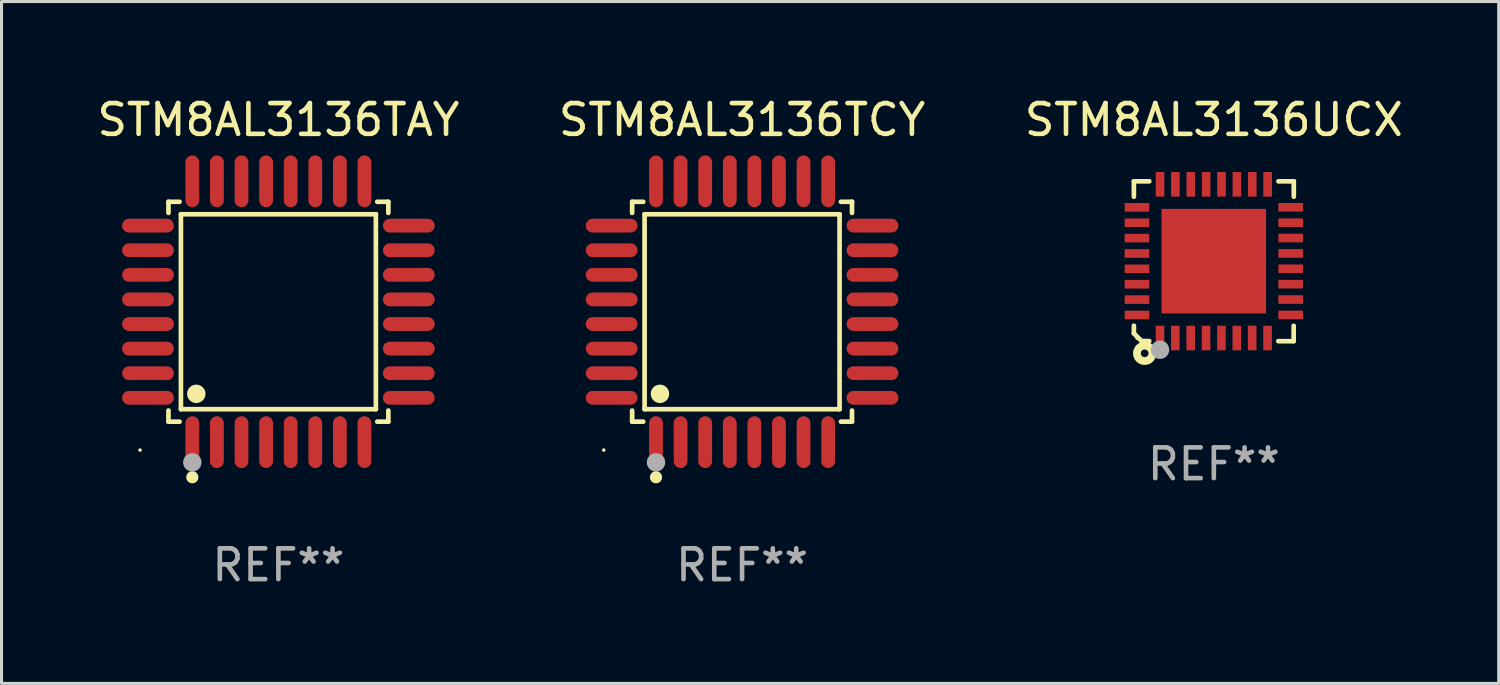
<source format=kicad_pcb>
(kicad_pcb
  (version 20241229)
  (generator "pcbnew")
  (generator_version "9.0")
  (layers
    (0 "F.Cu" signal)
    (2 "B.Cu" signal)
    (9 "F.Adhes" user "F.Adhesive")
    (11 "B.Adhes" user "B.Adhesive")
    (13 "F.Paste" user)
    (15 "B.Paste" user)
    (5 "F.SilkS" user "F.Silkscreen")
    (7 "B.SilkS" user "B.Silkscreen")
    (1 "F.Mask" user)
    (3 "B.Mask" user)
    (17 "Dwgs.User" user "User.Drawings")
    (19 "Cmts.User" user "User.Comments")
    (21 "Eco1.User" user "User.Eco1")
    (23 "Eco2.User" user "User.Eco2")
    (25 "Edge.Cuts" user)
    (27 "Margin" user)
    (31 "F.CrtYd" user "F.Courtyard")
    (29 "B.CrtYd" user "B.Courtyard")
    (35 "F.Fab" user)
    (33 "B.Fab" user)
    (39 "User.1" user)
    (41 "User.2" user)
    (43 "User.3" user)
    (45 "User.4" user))
  (footprint "STM8AL3136TCY"
    (layer "F.Cu")
    (at 21.089 7.09)
    (property "Reference" "STM8AL3136TCY" (at 0 -6.242 0) (layer "F.SilkS") (effects (font (size 1 1) (thickness 0.15))))
    (attr through_hole)
    (fp_line (start -3.576 -3.576) (end -3.215 -3.576) (stroke (width 0.152) (type solid)) (layer "F.SilkS"))
    (fp_line (start -3.576 -3.215) (end -3.576 -3.576) (stroke (width 0.152) (type solid)) (layer "F.SilkS"))
    (fp_line (start -3.576 3.215) (end -3.576 3.576) (stroke (width 0.152) (type solid)) (layer "F.SilkS"))
    (fp_line (start -3.576 3.576) (end -3.215 3.576) (stroke (width 0.152) (type solid)) (layer "F.SilkS"))
    (fp_line (start -3.171 -3.171) (end 3.171 -3.171) (stroke (width 0.152) (type solid)) (layer "F.SilkS"))
    (fp_line (start -3.171 3.171) (end -3.171 -3.171) (stroke (width 0.152) (type solid)) (layer "F.SilkS"))
    (fp_line (start 3.171 -3.171) (end 3.171 3.171) (stroke (width 0.152) (type solid)) (layer "F.SilkS"))
    (fp_line (start 3.171 3.171) (end -3.171 3.171) (stroke (width 0.152) (type solid)) (layer "F.SilkS"))
    (fp_line (start 3.576 -3.576) (end 3.215 -3.576) (stroke (width 0.152) (type solid)) (layer "F.SilkS"))
    (fp_line (start 3.576 -3.215) (end 3.576 -3.576) (stroke (width 0.152) (type solid)) (layer "F.SilkS"))
    (fp_line (start 3.576 3.215) (end 3.576 3.576) (stroke (width 0.152) (type solid)) (layer "F.SilkS"))
    (fp_line (start 3.576 3.576) (end 3.215 3.576) (stroke (width 0.152) (type solid)) (layer "F.SilkS"))
    (fp_circle (center -4.5 4.5) (end -4.47 4.5) (stroke (width 0.06) (type solid)) (fill no) (layer "F.SilkS"))
    (fp_circle (center -2.8 5.384) (end -2.7 5.384) (stroke (width 0.2) (type solid)) (fill no) (layer "F.SilkS"))
    (fp_circle (center -2.671 2.671) (end -2.521 2.671) (stroke (width 0.3) (type solid)) (fill no) (layer "F.SilkS"))
    (fp_circle (center -2.8 4.9) (end -2.65 4.9) (stroke (width 0.3) (type solid)) (fill no) (layer "F.Fab"))
    (fp_text user "REF**" (at 0 8.242 0) (layer "F.Fab") (effects (font (size 1 1) (thickness 0.15))))
    (pad "1" smd oval (at -2.8 4.242) (size 0.448 1.684) (layers "F.Cu" "F.Mask" "F.Paste"))
    (pad "2" smd oval (at -2 4.242) (size 0.448 1.684) (layers "F.Cu" "F.Mask" "F.Paste"))
    (pad "3" smd oval (at -1.2 4.242) (size 0.448 1.684) (layers "F.Cu" "F.Mask" "F.Paste"))
    (pad "4" smd oval (at -0.4 4.242) (size 0.448 1.684) (layers "F.Cu" "F.Mask" "F.Paste"))
    (pad "5" smd oval (at 0.4 4.242) (size 0.448 1.684) (layers "F.Cu" "F.Mask" "F.Paste"))
    (pad "6" smd oval (at 1.2 4.242) (size 0.448 1.684) (layers "F.Cu" "F.Mask" "F.Paste"))
    (pad "7" smd oval (at 2 4.242) (size 0.448 1.684) (layers "F.Cu" "F.Mask" "F.Paste"))
    (pad "8" smd oval (at 2.8 4.242) (size 0.448 1.684) (layers "F.Cu" "F.Mask" "F.Paste"))
    (pad "9" smd oval (at 4.242 2.8) (size 1.684 0.448) (layers "F.Cu" "F.Mask" "F.Paste"))
    (pad "10" smd oval (at 4.242 2) (size 1.684 0.448) (layers "F.Cu" "F.Mask" "F.Paste"))
    (pad "11" smd oval (at 4.242 1.2) (size 1.684 0.448) (layers "F.Cu" "F.Mask" "F.Paste"))
    (pad "12" smd oval (at 4.242 0.4) (size 1.684 0.448) (layers "F.Cu" "F.Mask" "F.Paste"))
    (pad "13" smd oval (at 4.242 -0.4) (size 1.684 0.448) (layers "F.Cu" "F.Mask" "F.Paste"))
    (pad "14" smd oval (at 4.242 -1.2) (size 1.684 0.448) (layers "F.Cu" "F.Mask" "F.Paste"))
    (pad "15" smd oval (at 4.242 -2) (size 1.684 0.448) (layers "F.Cu" "F.Mask" "F.Paste"))
    (pad "16" smd oval (at 4.242 -2.8) (size 1.684 0.448) (layers "F.Cu" "F.Mask" "F.Paste"))
    (pad "17" smd oval (at 2.8 -4.242) (size 0.448 1.684) (layers "F.Cu" "F.Mask" "F.Paste"))
    (pad "18" smd oval (at 2 -4.242) (size 0.448 1.684) (layers "F.Cu" "F.Mask" "F.Paste"))
    (pad "19" smd oval (at 1.2 -4.242) (size 0.448 1.684) (layers "F.Cu" "F.Mask" "F.Paste"))
    (pad "20" smd oval (at 0.4 -4.242) (size 0.448 1.684) (layers "F.Cu" "F.Mask" "F.Paste"))
    (pad "21" smd oval (at -0.4 -4.242) (size 0.448 1.684) (layers "F.Cu" "F.Mask" "F.Paste"))
    (pad "22" smd oval (at -1.2 -4.242) (size 0.448 1.684) (layers "F.Cu" "F.Mask" "F.Paste"))
    (pad "23" smd oval (at -2 -4.242) (size 0.448 1.684) (layers "F.Cu" "F.Mask" "F.Paste"))
    (pad "24" smd oval (at -2.8 -4.242) (size 0.448 1.684) (layers "F.Cu" "F.Mask" "F.Paste"))
    (pad "25" smd oval (at -4.242 -2.8) (size 1.684 0.448) (layers "F.Cu" "F.Mask" "F.Paste"))
    (pad "26" smd oval (at -4.242 -2) (size 1.684 0.448) (layers "F.Cu" "F.Mask" "F.Paste"))
    (pad "27" smd oval (at -4.242 -1.2) (size 1.684 0.448) (layers "F.Cu" "F.Mask" "F.Paste"))
    (pad "28" smd oval (at -4.242 -0.4) (size 1.684 0.448) (layers "F.Cu" "F.Mask" "F.Paste"))
    (pad "29" smd oval (at -4.242 0.4) (size 1.684 0.448) (layers "F.Cu" "F.Mask" "F.Paste"))
    (pad "30" smd oval (at -4.242 1.2) (size 1.684 0.448) (layers "F.Cu" "F.Mask" "F.Paste"))
    (pad "31" smd oval (at -4.242 2) (size 1.684 0.448) (layers "F.Cu" "F.Mask" "F.Paste"))
    (pad "32" smd oval (at -4.242 2.8) (size 1.684 0.448) (layers "F.Cu" "F.Mask" "F.Paste")))
  (footprint "STM8AL3136TAY"
    (layer "F.Cu")
    (at 6.006 7.09)
    (property "Reference" "STM8AL3136TAY" (at 0 -6.242 0) (layer "F.SilkS") (effects (font (size 1 1) (thickness 0.15))))
    (attr through_hole)
    (fp_line (start -3.576 -3.576) (end -3.215 -3.576) (stroke (width 0.152) (type solid)) (layer "F.SilkS"))
    (fp_line (start -3.576 -3.215) (end -3.576 -3.576) (stroke (width 0.152) (type solid)) (layer "F.SilkS"))
    (fp_line (start -3.576 3.215) (end -3.576 3.576) (stroke (width 0.152) (type solid)) (layer "F.SilkS"))
    (fp_line (start -3.576 3.576) (end -3.215 3.576) (stroke (width 0.152) (type solid)) (layer "F.SilkS"))
    (fp_line (start -3.171 -3.171) (end 3.171 -3.171) (stroke (width 0.152) (type solid)) (layer "F.SilkS"))
    (fp_line (start -3.171 3.171) (end -3.171 -3.171) (stroke (width 0.152) (type solid)) (layer "F.SilkS"))
    (fp_line (start 3.171 -3.171) (end 3.171 3.171) (stroke (width 0.152) (type solid)) (layer "F.SilkS"))
    (fp_line (start 3.171 3.171) (end -3.171 3.171) (stroke (width 0.152) (type solid)) (layer "F.SilkS"))
    (fp_line (start 3.576 -3.576) (end 3.215 -3.576) (stroke (width 0.152) (type solid)) (layer "F.SilkS"))
    (fp_line (start 3.576 -3.215) (end 3.576 -3.576) (stroke (width 0.152) (type solid)) (layer "F.SilkS"))
    (fp_line (start 3.576 3.215) (end 3.576 3.576) (stroke (width 0.152) (type solid)) (layer "F.SilkS"))
    (fp_line (start 3.576 3.576) (end 3.215 3.576) (stroke (width 0.152) (type solid)) (layer "F.SilkS"))
    (fp_circle (center -4.5 4.5) (end -4.47 4.5) (stroke (width 0.06) (type solid)) (fill no) (layer "F.SilkS"))
    (fp_circle (center -2.8 5.384) (end -2.7 5.384) (stroke (width 0.2) (type solid)) (fill no) (layer "F.SilkS"))
    (fp_circle (center -2.671 2.671) (end -2.521 2.671) (stroke (width 0.3) (type solid)) (fill no) (layer "F.SilkS"))
    (fp_circle (center -2.8 4.9) (end -2.65 4.9) (stroke (width 0.3) (type solid)) (fill no) (layer "F.Fab"))
    (fp_text user "REF**" (at 0 8.242 0) (layer "F.Fab") (effects (font (size 1 1) (thickness 0.15))))
    (pad "1" smd oval (at -2.8 4.242) (size 0.448 1.684) (layers "F.Cu" "F.Mask" "F.Paste"))
    (pad "2" smd oval (at -2 4.242) (size 0.448 1.684) (layers "F.Cu" "F.Mask" "F.Paste"))
    (pad "3" smd oval (at -1.2 4.242) (size 0.448 1.684) (layers "F.Cu" "F.Mask" "F.Paste"))
    (pad "4" smd oval (at -0.4 4.242) (size 0.448 1.684) (layers "F.Cu" "F.Mask" "F.Paste"))
    (pad "5" smd oval (at 0.4 4.242) (size 0.448 1.684) (layers "F.Cu" "F.Mask" "F.Paste"))
    (pad "6" smd oval (at 1.2 4.242) (size 0.448 1.684) (layers "F.Cu" "F.Mask" "F.Paste"))
    (pad "7" smd oval (at 2 4.242) (size 0.448 1.684) (layers "F.Cu" "F.Mask" "F.Paste"))
    (pad "8" smd oval (at 2.8 4.242) (size 0.448 1.684) (layers "F.Cu" "F.Mask" "F.Paste"))
    (pad "9" smd oval (at 4.242 2.8) (size 1.684 0.448) (layers "F.Cu" "F.Mask" "F.Paste"))
    (pad "10" smd oval (at 4.242 2) (size 1.684 0.448) (layers "F.Cu" "F.Mask" "F.Paste"))
    (pad "11" smd oval (at 4.242 1.2) (size 1.684 0.448) (layers "F.Cu" "F.Mask" "F.Paste"))
    (pad "12" smd oval (at 4.242 0.4) (size 1.684 0.448) (layers "F.Cu" "F.Mask" "F.Paste"))
    (pad "13" smd oval (at 4.242 -0.4) (size 1.684 0.448) (layers "F.Cu" "F.Mask" "F.Paste"))
    (pad "14" smd oval (at 4.242 -1.2) (size 1.684 0.448) (layers "F.Cu" "F.Mask" "F.Paste"))
    (pad "15" smd oval (at 4.242 -2) (size 1.684 0.448) (layers "F.Cu" "F.Mask" "F.Paste"))
    (pad "16" smd oval (at 4.242 -2.8) (size 1.684 0.448) (layers "F.Cu" "F.Mask" "F.Paste"))
    (pad "17" smd oval (at 2.8 -4.242) (size 0.448 1.684) (layers "F.Cu" "F.Mask" "F.Paste"))
    (pad "18" smd oval (at 2 -4.242) (size 0.448 1.684) (layers "F.Cu" "F.Mask" "F.Paste"))
    (pad "19" smd oval (at 1.2 -4.242) (size 0.448 1.684) (layers "F.Cu" "F.Mask" "F.Paste"))
    (pad "20" smd oval (at 0.4 -4.242) (size 0.448 1.684) (layers "F.Cu" "F.Mask" "F.Paste"))
    (pad "21" smd oval (at -0.4 -4.242) (size 0.448 1.684) (layers "F.Cu" "F.Mask" "F.Paste"))
    (pad "22" smd oval (at -1.2 -4.242) (size 0.448 1.684) (layers "F.Cu" "F.Mask" "F.Paste"))
    (pad "23" smd oval (at -2 -4.242) (size 0.448 1.684) (layers "F.Cu" "F.Mask" "F.Paste"))
    (pad "24" smd oval (at -2.8 -4.242) (size 0.448 1.684) (layers "F.Cu" "F.Mask" "F.Paste"))
    (pad "25" smd oval (at -4.242 -2.8) (size 1.684 0.448) (layers "F.Cu" "F.Mask" "F.Paste"))
    (pad "26" smd oval (at -4.242 -2) (size 1.684 0.448) (layers "F.Cu" "F.Mask" "F.Paste"))
    (pad "27" smd oval (at -4.242 -1.2) (size 1.684 0.448) (layers "F.Cu" "F.Mask" "F.Paste"))
    (pad "28" smd oval (at -4.242 -0.4) (size 1.684 0.448) (layers "F.Cu" "F.Mask" "F.Paste"))
    (pad "29" smd oval (at -4.242 0.4) (size 1.684 0.448) (layers "F.Cu" "F.Mask" "F.Paste"))
    (pad "30" smd oval (at -4.242 1.2) (size 1.684 0.448) (layers "F.Cu" "F.Mask" "F.Paste"))
    (pad "31" smd oval (at -4.242 2) (size 1.684 0.448) (layers "F.Cu" "F.Mask" "F.Paste"))
    (pad "32" smd oval (at -4.242 2.8) (size 1.684 0.448) (layers "F.Cu" "F.Mask" "F.Paste")))
  (footprint "STM8AL3136UCX"
    (layer "F.Cu")
    (at 36.435 5.448)
    (property "Reference" "STM8AL3136UCX" (at 0 -4.6 0) (layer "F.SilkS") (effects (font (size 1 1) (thickness 0.15))))
    (attr through_hole)
    (fp_line (start -2.601 2.097) (end -2.601 2.347) (stroke (width 0.152) (type solid)) (layer "F.SilkS"))
    (fp_line (start -2.601 2.347) (end -2.351 2.597) (stroke (width 0.152) (type solid)) (layer "F.SilkS"))
    (fp_line (start -2.601 -2.6) (end -2.601 -2.1) (stroke (width 0.152) (type solid)) (layer "F.SilkS"))
    (fp_line (start -2.601 -2.6) (end -2.101 -2.6) (stroke (width 0.152) (type solid)) (layer "F.SilkS"))
    (fp_line (start -2.351 2.597) (end -2.101 2.597) (stroke (width 0.152) (type solid)) (layer "F.SilkS"))
    (fp_line (start 2.597 2.6) (end 2.097 2.6) (stroke (width 0.152) (type solid)) (layer "F.SilkS"))
    (fp_line (start 2.597 2.6) (end 2.597 2.1) (stroke (width 0.152) (type solid)) (layer "F.SilkS"))
    (fp_line (start 2.601 -2.6) (end 2.101 -2.6) (stroke (width 0.152) (type solid)) (layer "F.SilkS"))
    (fp_line (start 2.601 -2.6) (end 2.601 -2.1) (stroke (width 0.152) (type solid)) (layer "F.SilkS"))
    (fp_circle (center -2.501 2.497) (end -2.471 2.497) (stroke (width 0.06) (type solid)) (fill no) (layer "F.SilkS"))
    (fp_circle (center -2.25 2.995) (end -2.125 2.995) (stroke (width 0.254) (type solid)) (fill no) (layer "F.SilkS"))
    (fp_circle (center -1.751 2.878) (end -1.601 2.878) (stroke (width 0.3) (type solid)) (fill no) (layer "F.Fab"))
    (fp_text user "REF**" (at 0 6.6 0) (layer "F.Fab") (effects (font (size 1 1) (thickness 0.15))))
    (pad "1" smd rect (at -1.751 2.497) (size 0.28 0.8) (layers "F.Cu" "F.Mask" "F.Paste"))
    (pad "2" smd rect (at -1.253 2.497) (size 0.28 0.8) (layers "F.Cu" "F.Mask" "F.Paste"))
    (pad "3" smd rect (at -0.753 2.497) (size 0.28 0.8) (layers "F.Cu" "F.Mask" "F.Paste"))
    (pad "4" smd rect (at -0.253 2.497) (size 0.28 0.8) (layers "F.Cu" "F.Mask" "F.Paste"))
    (pad "5" smd rect (at 0.247 2.497) (size 0.28 0.8) (layers "F.Cu" "F.Mask" "F.Paste"))
    (pad "6" smd rect (at 0.747 2.497) (size 0.28 0.8) (layers "F.Cu" "F.Mask" "F.Paste"))
    (pad "7" smd rect (at 1.247 2.497) (size 0.28 0.8) (layers "F.Cu" "F.Mask" "F.Paste"))
    (pad "8" smd rect (at 1.747 2.497) (size 0.28 0.8) (layers "F.Cu" "F.Mask" "F.Paste"))
    (pad "9" smd rect (at 2.499 1.746) (size 0.8 0.28) (layers "F.Cu" "F.Mask" "F.Paste"))
    (pad "10" smd rect (at 2.499 1.245) (size 0.8 0.28) (layers "F.Cu" "F.Mask" "F.Paste"))
    (pad "11" smd rect (at 2.499 0.746) (size 0.8 0.28) (layers "F.Cu" "F.Mask" "F.Paste"))
    (pad "12" smd rect (at 2.499 0.245) (size 0.8 0.28) (layers "F.Cu" "F.Mask" "F.Paste"))
    (pad "13" smd rect (at 2.499 -0.254) (size 0.8 0.28) (layers "F.Cu" "F.Mask" "F.Paste"))
    (pad "14" smd rect (at 2.499 -0.755) (size 0.8 0.28) (layers "F.Cu" "F.Mask" "F.Paste"))
    (pad "15" smd rect (at 2.499 -1.254) (size 0.8 0.28) (layers "F.Cu" "F.Mask" "F.Paste"))
    (pad "16" smd rect (at 2.499 -1.755) (size 0.8 0.28) (layers "F.Cu" "F.Mask" "F.Paste"))
    (pad "17" smd rect (at 1.75 -2.502) (size 0.28 0.8) (layers "F.Cu" "F.Mask" "F.Paste"))
    (pad "18" smd rect (at 1.25 -2.502) (size 0.28 0.8) (layers "F.Cu" "F.Mask" "F.Paste"))
    (pad "19" smd rect (at 0.75 -2.502) (size 0.28 0.8) (layers "F.Cu" "F.Mask" "F.Paste"))
    (pad "20" smd rect (at 0.25 -2.502) (size 0.28 0.8) (layers "F.Cu" "F.Mask" "F.Paste"))
    (pad "21" smd rect (at -0.25 -2.502) (size 0.28 0.8) (layers "F.Cu" "F.Mask" "F.Paste"))
    (pad "22" smd rect (at -0.75 -2.502) (size 0.28 0.8) (layers "F.Cu" "F.Mask" "F.Paste"))
    (pad "23" smd rect (at -1.25 -2.502) (size 0.28 0.8) (layers "F.Cu" "F.Mask" "F.Paste"))
    (pad "24" smd rect (at -1.75 -2.502) (size 0.28 0.8) (layers "F.Cu" "F.Mask" "F.Paste"))
    (pad "25" smd rect (at -2.501 -1.753) (size 0.8 0.28) (layers "F.Cu" "F.Mask" "F.Paste"))
    (pad "26" smd rect (at -2.501 -1.252) (size 0.8 0.28) (layers "F.Cu" "F.Mask" "F.Paste"))
    (pad "27" smd rect (at -2.501 -0.753) (size 0.8 0.28) (layers "F.Cu" "F.Mask" "F.Paste"))
    (pad "28" smd rect (at -2.501 -0.252) (size 0.8 0.28) (layers "F.Cu" "F.Mask" "F.Paste"))
    (pad "29" smd rect (at -2.501 0.247) (size 0.8 0.28) (layers "F.Cu" "F.Mask" "F.Paste"))
    (pad "30" smd rect (at -2.501 0.748) (size 0.8 0.28) (layers "F.Cu" "F.Mask" "F.Paste"))
    (pad "31" smd rect (at -2.501 1.247) (size 0.8 0.28) (layers "F.Cu" "F.Mask" "F.Paste"))
    (pad "32" smd rect (at -2.501 1.748) (size 0.8 0.28) (layers "F.Cu" "F.Mask" "F.Paste"))
    (pad "33" smd rect (at -0.001 -0.003 180) (size 3.4 3.4) (layers "F.Cu" "F.Mask" "F.Paste")))
  (gr_rect
    (start -3 -3)
    (end 45.702 19.181)
    (stroke (width 0.1) (type default))
    (fill no)
    (layer "Edge.Cuts")))
</source>
